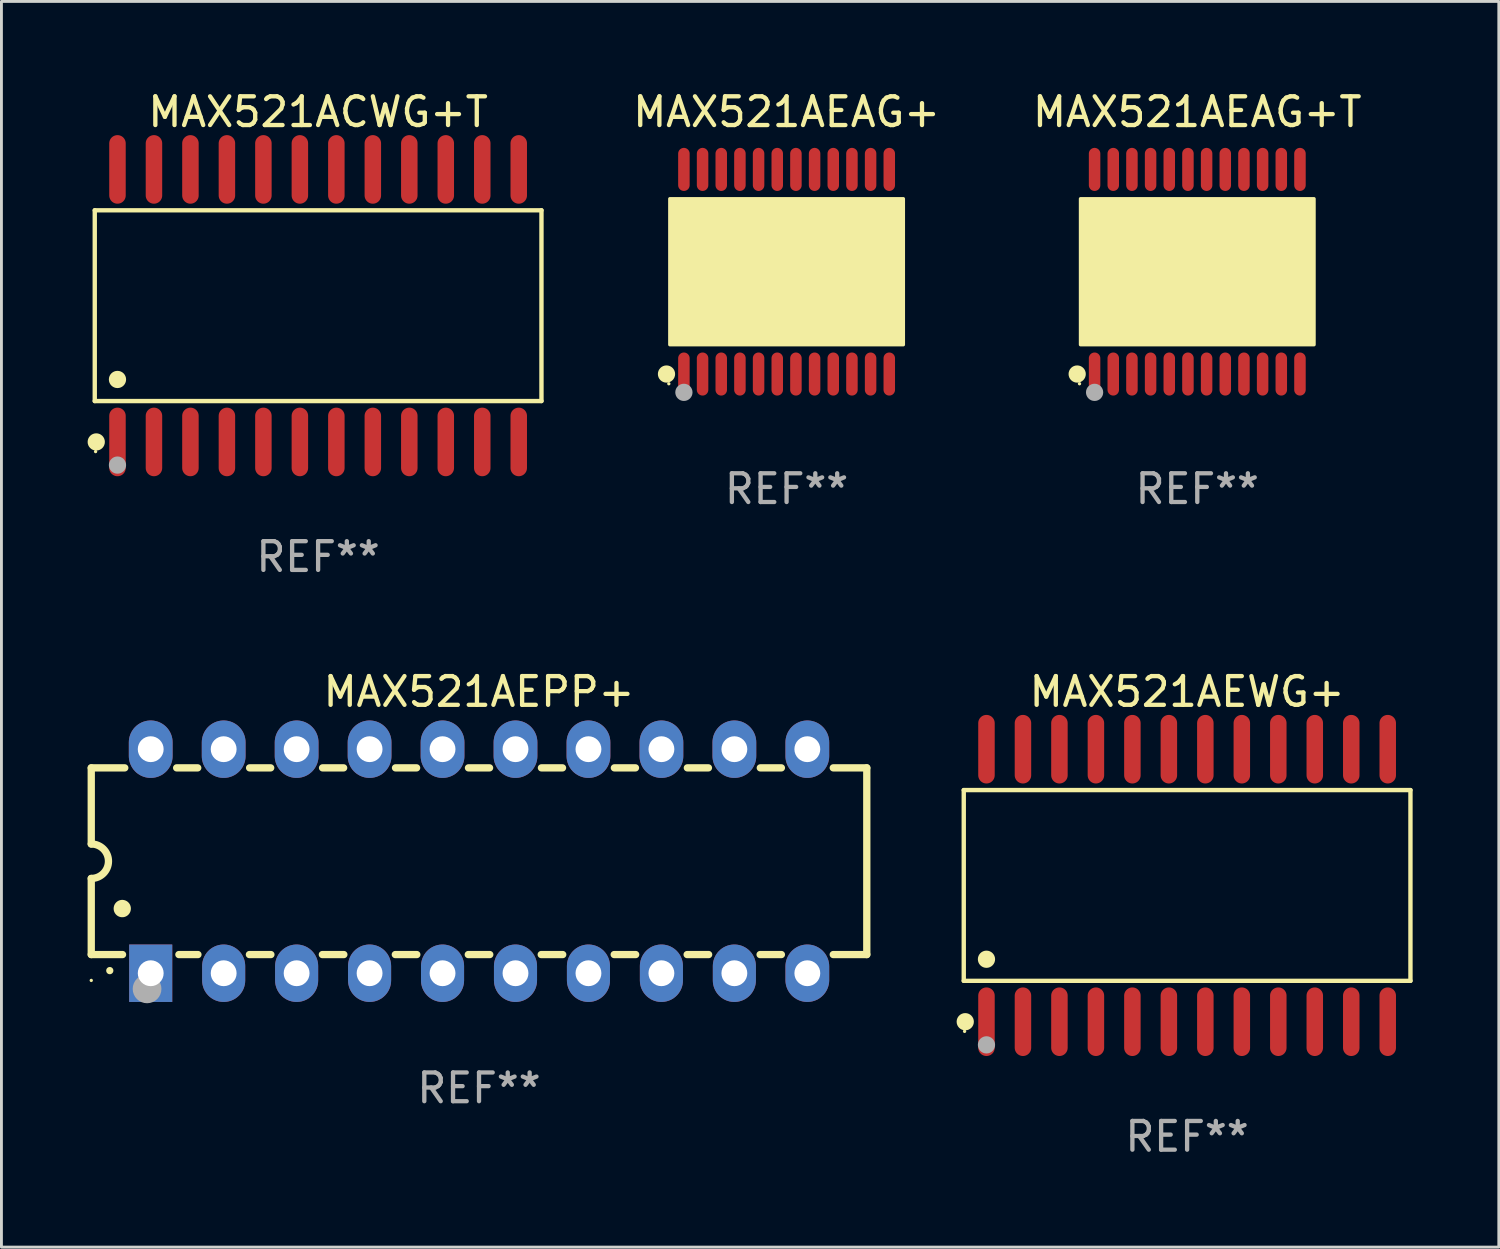
<source format=kicad_pcb>
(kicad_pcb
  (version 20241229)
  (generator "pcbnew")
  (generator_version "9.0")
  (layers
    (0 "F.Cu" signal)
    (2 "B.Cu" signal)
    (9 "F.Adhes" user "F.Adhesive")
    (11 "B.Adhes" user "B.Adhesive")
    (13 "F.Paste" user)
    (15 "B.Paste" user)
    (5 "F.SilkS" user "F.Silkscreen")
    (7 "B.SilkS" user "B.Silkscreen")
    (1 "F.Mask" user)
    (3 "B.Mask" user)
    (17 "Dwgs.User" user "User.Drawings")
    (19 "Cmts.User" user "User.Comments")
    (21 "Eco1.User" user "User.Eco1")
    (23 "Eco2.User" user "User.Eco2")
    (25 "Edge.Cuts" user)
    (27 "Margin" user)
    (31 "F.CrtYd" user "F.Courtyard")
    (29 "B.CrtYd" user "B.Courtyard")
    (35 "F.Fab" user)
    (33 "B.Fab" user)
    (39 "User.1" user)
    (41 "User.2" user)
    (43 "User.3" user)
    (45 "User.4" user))
  (footprint "MAX521AEAG+"
    (layer "F.Cu")
    (at 24.335 6.41)
    (property "Reference" "MAX521AEAG+" (at 0 -5.562 0) (layer "F.SilkS") (effects (font (size 1 1) (thickness 0.15))))
    (attr through_hole)
    (fp_circle (center -4.181 3.562) (end -4.031 3.562) (stroke (width 0.3) (type solid)) (fill no) (layer "F.SilkS"))
    (fp_circle (center -4.1 3.9) (end -4.07 3.9) (stroke (width 0.06) (type solid)) (fill no) (layer "F.SilkS"))
    (fp_circle (center -3.575 1.819) (end -3.425 1.819) (stroke (width 0.3) (type solid)) (fill no) (layer "F.SilkS"))
    (fp_poly (pts (xy -4.064 -2.54) (xy 4.064 -2.54) (xy 4.064 2.54) (xy -4.064 2.54)) (stroke (width 0.12) (type solid)) (fill yes) (layer "F.SilkS"))
    (fp_circle (center -3.575 4.2) (end -3.425 4.2) (stroke (width 0.3) (type solid)) (fill no) (layer "F.Fab"))
    (fp_text user "REF**" (at 0 7.562 0) (layer "F.Fab") (effects (font (size 1 1) (thickness 0.15))))
    (pad "1" smd oval (at -3.575 3.562) (size 0.4 1.5) (layers "F.Cu" "F.Mask" "F.Paste"))
    (pad "2" smd oval (at -2.925 3.562) (size 0.4 1.5) (layers "F.Cu" "F.Mask" "F.Paste"))
    (pad "3" smd oval (at -2.275 3.562) (size 0.4 1.5) (layers "F.Cu" "F.Mask" "F.Paste"))
    (pad "4" smd oval (at -1.625 3.562) (size 0.4 1.5) (layers "F.Cu" "F.Mask" "F.Paste"))
    (pad "5" smd oval (at -0.975 3.562) (size 0.4 1.5) (layers "F.Cu" "F.Mask" "F.Paste"))
    (pad "6" smd oval (at -0.325 3.562) (size 0.4 1.5) (layers "F.Cu" "F.Mask" "F.Paste"))
    (pad "7" smd oval (at 0.325 3.562) (size 0.4 1.5) (layers "F.Cu" "F.Mask" "F.Paste"))
    (pad "8" smd oval (at 0.975 3.562) (size 0.4 1.5) (layers "F.Cu" "F.Mask" "F.Paste"))
    (pad "9" smd oval (at 1.625 3.562) (size 0.4 1.5) (layers "F.Cu" "F.Mask" "F.Paste"))
    (pad "10" smd oval (at 2.275 3.562) (size 0.4 1.5) (layers "F.Cu" "F.Mask" "F.Paste"))
    (pad "11" smd oval (at 2.925 3.562) (size 0.4 1.5) (layers "F.Cu" "F.Mask" "F.Paste"))
    (pad "12" smd oval (at 3.575 3.562) (size 0.4 1.5) (layers "F.Cu" "F.Mask" "F.Paste"))
    (pad "13" smd oval (at 3.575 -3.562) (size 0.4 1.5) (layers "F.Cu" "F.Mask" "F.Paste"))
    (pad "14" smd oval (at 2.925 -3.562) (size 0.4 1.5) (layers "F.Cu" "F.Mask" "F.Paste"))
    (pad "15" smd oval (at 2.275 -3.562) (size 0.4 1.5) (layers "F.Cu" "F.Mask" "F.Paste"))
    (pad "16" smd oval (at 1.625 -3.562) (size 0.4 1.5) (layers "F.Cu" "F.Mask" "F.Paste"))
    (pad "17" smd oval (at 0.975 -3.562) (size 0.4 1.5) (layers "F.Cu" "F.Mask" "F.Paste"))
    (pad "18" smd oval (at 0.325 -3.562) (size 0.4 1.5) (layers "F.Cu" "F.Mask" "F.Paste"))
    (pad "19" smd oval (at -0.325 -3.562) (size 0.4 1.5) (layers "F.Cu" "F.Mask" "F.Paste"))
    (pad "20" smd oval (at -0.975 -3.562) (size 0.4 1.5) (layers "F.Cu" "F.Mask" "F.Paste"))
    (pad "21" smd oval (at -1.625 -3.562) (size 0.4 1.5) (layers "F.Cu" "F.Mask" "F.Paste"))
    (pad "22" smd oval (at -2.275 -3.562) (size 0.4 1.5) (layers "F.Cu" "F.Mask" "F.Paste"))
    (pad "23" smd oval (at -2.925 -3.562) (size 0.4 1.5) (layers "F.Cu" "F.Mask" "F.Paste"))
    (pad "24" smd oval (at -3.575 -3.562) (size 0.4 1.5) (layers "F.Cu" "F.Mask" "F.Paste")))
  (footprint "MAX521AEAG+T"
    (layer "F.Cu")
    (at 38.633 6.41)
    (property "Reference" "MAX521AEAG+T" (at 0 -5.562 0) (layer "F.SilkS") (effects (font (size 1 1) (thickness 0.15))))
    (attr through_hole)
    (fp_circle (center -4.181 3.562) (end -4.031 3.562) (stroke (width 0.3) (type solid)) (fill no) (layer "F.SilkS"))
    (fp_circle (center -4.1 3.9) (end -4.07 3.9) (stroke (width 0.06) (type solid)) (fill no) (layer "F.SilkS"))
    (fp_circle (center -3.575 1.819) (end -3.425 1.819) (stroke (width 0.3) (type solid)) (fill no) (layer "F.SilkS"))
    (fp_poly (pts (xy -4.064 -2.54) (xy 4.064 -2.54) (xy 4.064 2.54) (xy -4.064 2.54)) (stroke (width 0.12) (type solid)) (fill yes) (layer "F.SilkS"))
    (fp_circle (center -3.575 4.2) (end -3.425 4.2) (stroke (width 0.3) (type solid)) (fill no) (layer "F.Fab"))
    (fp_text user "REF**" (at 0 7.562 0) (layer "F.Fab") (effects (font (size 1 1) (thickness 0.15))))
    (pad "1" smd oval (at -3.575 3.562) (size 0.4 1.5) (layers "F.Cu" "F.Mask" "F.Paste"))
    (pad "2" smd oval (at -2.925 3.562) (size 0.4 1.5) (layers "F.Cu" "F.Mask" "F.Paste"))
    (pad "3" smd oval (at -2.275 3.562) (size 0.4 1.5) (layers "F.Cu" "F.Mask" "F.Paste"))
    (pad "4" smd oval (at -1.625 3.562) (size 0.4 1.5) (layers "F.Cu" "F.Mask" "F.Paste"))
    (pad "5" smd oval (at -0.975 3.562) (size 0.4 1.5) (layers "F.Cu" "F.Mask" "F.Paste"))
    (pad "6" smd oval (at -0.325 3.562) (size 0.4 1.5) (layers "F.Cu" "F.Mask" "F.Paste"))
    (pad "7" smd oval (at 0.325 3.562) (size 0.4 1.5) (layers "F.Cu" "F.Mask" "F.Paste"))
    (pad "8" smd oval (at 0.975 3.562) (size 0.4 1.5) (layers "F.Cu" "F.Mask" "F.Paste"))
    (pad "9" smd oval (at 1.625 3.562) (size 0.4 1.5) (layers "F.Cu" "F.Mask" "F.Paste"))
    (pad "10" smd oval (at 2.275 3.562) (size 0.4 1.5) (layers "F.Cu" "F.Mask" "F.Paste"))
    (pad "11" smd oval (at 2.925 3.562) (size 0.4 1.5) (layers "F.Cu" "F.Mask" "F.Paste"))
    (pad "12" smd oval (at 3.575 3.562) (size 0.4 1.5) (layers "F.Cu" "F.Mask" "F.Paste"))
    (pad "13" smd oval (at 3.575 -3.562) (size 0.4 1.5) (layers "F.Cu" "F.Mask" "F.Paste"))
    (pad "14" smd oval (at 2.925 -3.562) (size 0.4 1.5) (layers "F.Cu" "F.Mask" "F.Paste"))
    (pad "15" smd oval (at 2.275 -3.562) (size 0.4 1.5) (layers "F.Cu" "F.Mask" "F.Paste"))
    (pad "16" smd oval (at 1.625 -3.562) (size 0.4 1.5) (layers "F.Cu" "F.Mask" "F.Paste"))
    (pad "17" smd oval (at 0.975 -3.562) (size 0.4 1.5) (layers "F.Cu" "F.Mask" "F.Paste"))
    (pad "18" smd oval (at 0.325 -3.562) (size 0.4 1.5) (layers "F.Cu" "F.Mask" "F.Paste"))
    (pad "19" smd oval (at -0.325 -3.562) (size 0.4 1.5) (layers "F.Cu" "F.Mask" "F.Paste"))
    (pad "20" smd oval (at -0.975 -3.562) (size 0.4 1.5) (layers "F.Cu" "F.Mask" "F.Paste"))
    (pad "21" smd oval (at -1.625 -3.562) (size 0.4 1.5) (layers "F.Cu" "F.Mask" "F.Paste"))
    (pad "22" smd oval (at -2.275 -3.562) (size 0.4 1.5) (layers "F.Cu" "F.Mask" "F.Paste"))
    (pad "23" smd oval (at -2.925 -3.562) (size 0.4 1.5) (layers "F.Cu" "F.Mask" "F.Paste"))
    (pad "24" smd oval (at -3.575 -3.562) (size 0.4 1.5) (layers "F.Cu" "F.Mask" "F.Paste")))
  (footprint "MAX521ACWG+T"
    (layer "F.Cu")
    (at 8.025 7.592)
    (property "Reference" "MAX521ACWG+T" (at 0 -6.744 0) (layer "F.SilkS") (effects (font (size 1 1) (thickness 0.15))))
    (attr through_hole)
    (fp_line (start -7.776 -3.321) (end 7.776 -3.321) (stroke (width 0.152) (type solid)) (layer "F.SilkS"))
    (fp_line (start -7.776 3.321) (end -7.776 -3.321) (stroke (width 0.152) (type solid)) (layer "F.SilkS"))
    (fp_line (start 7.776 -3.321) (end 7.776 3.321) (stroke (width 0.152) (type solid)) (layer "F.SilkS"))
    (fp_line (start 7.776 3.321) (end -7.776 3.321) (stroke (width 0.152) (type solid)) (layer "F.SilkS"))
    (fp_circle (center -7.747 5.08) (end -7.717 5.08) (stroke (width 0.06) (type solid)) (fill no) (layer "F.SilkS"))
    (fp_circle (center -7.724 4.744) (end -7.574 4.744) (stroke (width 0.3) (type solid)) (fill no) (layer "F.SilkS"))
    (fp_circle (center -6.985 2.569) (end -6.835 2.569) (stroke (width 0.3) (type solid)) (fill no) (layer "F.SilkS"))
    (fp_circle (center -6.985 5.55) (end -6.835 5.55) (stroke (width 0.3) (type solid)) (fill no) (layer "F.Fab"))
    (fp_text user "REF**" (at 0 8.744 0) (layer "F.Fab") (effects (font (size 1 1) (thickness 0.15))))
    (pad "1" smd oval (at -6.985 4.744) (size 0.574 2.388) (layers "F.Cu" "F.Mask" "F.Paste"))
    (pad "2" smd oval (at -5.715 4.744) (size 0.574 2.388) (layers "F.Cu" "F.Mask" "F.Paste"))
    (pad "3" smd oval (at -4.445 4.744) (size 0.574 2.388) (layers "F.Cu" "F.Mask" "F.Paste"))
    (pad "4" smd oval (at -3.175 4.744) (size 0.574 2.388) (layers "F.Cu" "F.Mask" "F.Paste"))
    (pad "5" smd oval (at -1.905 4.744) (size 0.574 2.388) (layers "F.Cu" "F.Mask" "F.Paste"))
    (pad "6" smd oval (at -0.635 4.744) (size 0.574 2.388) (layers "F.Cu" "F.Mask" "F.Paste"))
    (pad "7" smd oval (at 0.635 4.744) (size 0.574 2.388) (layers "F.Cu" "F.Mask" "F.Paste"))
    (pad "8" smd oval (at 1.905 4.744) (size 0.574 2.388) (layers "F.Cu" "F.Mask" "F.Paste"))
    (pad "9" smd oval (at 3.175 4.744) (size 0.574 2.388) (layers "F.Cu" "F.Mask" "F.Paste"))
    (pad "10" smd oval (at 4.445 4.744) (size 0.574 2.388) (layers "F.Cu" "F.Mask" "F.Paste"))
    (pad "11" smd oval (at 5.715 4.744) (size 0.574 2.388) (layers "F.Cu" "F.Mask" "F.Paste"))
    (pad "12" smd oval (at 6.985 4.744) (size 0.574 2.388) (layers "F.Cu" "F.Mask" "F.Paste"))
    (pad "13" smd oval (at 6.985 -4.744) (size 0.574 2.388) (layers "F.Cu" "F.Mask" "F.Paste"))
    (pad "14" smd oval (at 5.715 -4.744) (size 0.574 2.388) (layers "F.Cu" "F.Mask" "F.Paste"))
    (pad "15" smd oval (at 4.445 -4.744) (size 0.574 2.388) (layers "F.Cu" "F.Mask" "F.Paste"))
    (pad "16" smd oval (at 3.175 -4.744) (size 0.574 2.388) (layers "F.Cu" "F.Mask" "F.Paste"))
    (pad "17" smd oval (at 1.905 -4.744) (size 0.574 2.388) (layers "F.Cu" "F.Mask" "F.Paste"))
    (pad "18" smd oval (at 0.635 -4.744) (size 0.574 2.388) (layers "F.Cu" "F.Mask" "F.Paste"))
    (pad "19" smd oval (at -0.635 -4.744) (size 0.574 2.388) (layers "F.Cu" "F.Mask" "F.Paste"))
    (pad "20" smd oval (at -1.905 -4.744) (size 0.574 2.388) (layers "F.Cu" "F.Mask" "F.Paste"))
    (pad "21" smd oval (at -3.175 -4.744) (size 0.574 2.388) (layers "F.Cu" "F.Mask" "F.Paste"))
    (pad "22" smd oval (at -4.445 -4.744) (size 0.574 2.388) (layers "F.Cu" "F.Mask" "F.Paste"))
    (pad "23" smd oval (at -5.715 -4.744) (size 0.574 2.388) (layers "F.Cu" "F.Mask" "F.Paste"))
    (pad "24" smd oval (at -6.985 -4.744) (size 0.574 2.388) (layers "F.Cu" "F.Mask" "F.Paste")))
  (footprint "MAX521AEWG+"
    (layer "F.Cu")
    (at 38.279 27.777)
    (property "Reference" "MAX521AEWG+" (at 0 -6.744 0) (layer "F.SilkS") (effects (font (size 1 1) (thickness 0.15))))
    (attr through_hole)
    (fp_line (start -7.776 -3.321) (end 7.776 -3.321) (stroke (width 0.152) (type solid)) (layer "F.SilkS"))
    (fp_line (start -7.776 3.321) (end -7.776 -3.321) (stroke (width 0.152) (type solid)) (layer "F.SilkS"))
    (fp_line (start 7.776 -3.321) (end 7.776 3.321) (stroke (width 0.152) (type solid)) (layer "F.SilkS"))
    (fp_line (start 7.776 3.321) (end -7.776 3.321) (stroke (width 0.152) (type solid)) (layer "F.SilkS"))
    (fp_circle (center -7.747 5.08) (end -7.717 5.08) (stroke (width 0.06) (type solid)) (fill no) (layer "F.SilkS"))
    (fp_circle (center -7.724 4.744) (end -7.574 4.744) (stroke (width 0.3) (type solid)) (fill no) (layer "F.SilkS"))
    (fp_circle (center -6.985 2.569) (end -6.835 2.569) (stroke (width 0.3) (type solid)) (fill no) (layer "F.SilkS"))
    (fp_circle (center -6.985 5.55) (end -6.835 5.55) (stroke (width 0.3) (type solid)) (fill no) (layer "F.Fab"))
    (fp_text user "REF**" (at 0 8.744 0) (layer "F.Fab") (effects (font (size 1 1) (thickness 0.15))))
    (pad "1" smd oval (at -6.985 4.744) (size 0.574 2.388) (layers "F.Cu" "F.Mask" "F.Paste"))
    (pad "2" smd oval (at -5.715 4.744) (size 0.574 2.388) (layers "F.Cu" "F.Mask" "F.Paste"))
    (pad "3" smd oval (at -4.445 4.744) (size 0.574 2.388) (layers "F.Cu" "F.Mask" "F.Paste"))
    (pad "4" smd oval (at -3.175 4.744) (size 0.574 2.388) (layers "F.Cu" "F.Mask" "F.Paste"))
    (pad "5" smd oval (at -1.905 4.744) (size 0.574 2.388) (layers "F.Cu" "F.Mask" "F.Paste"))
    (pad "6" smd oval (at -0.635 4.744) (size 0.574 2.388) (layers "F.Cu" "F.Mask" "F.Paste"))
    (pad "7" smd oval (at 0.635 4.744) (size 0.574 2.388) (layers "F.Cu" "F.Mask" "F.Paste"))
    (pad "8" smd oval (at 1.905 4.744) (size 0.574 2.388) (layers "F.Cu" "F.Mask" "F.Paste"))
    (pad "9" smd oval (at 3.175 4.744) (size 0.574 2.388) (layers "F.Cu" "F.Mask" "F.Paste"))
    (pad "10" smd oval (at 4.445 4.744) (size 0.574 2.388) (layers "F.Cu" "F.Mask" "F.Paste"))
    (pad "11" smd oval (at 5.715 4.744) (size 0.574 2.388) (layers "F.Cu" "F.Mask" "F.Paste"))
    (pad "12" smd oval (at 6.985 4.744) (size 0.574 2.388) (layers "F.Cu" "F.Mask" "F.Paste"))
    (pad "13" smd oval (at 6.985 -4.744) (size 0.574 2.388) (layers "F.Cu" "F.Mask" "F.Paste"))
    (pad "14" smd oval (at 5.715 -4.744) (size 0.574 2.388) (layers "F.Cu" "F.Mask" "F.Paste"))
    (pad "15" smd oval (at 4.445 -4.744) (size 0.574 2.388) (layers "F.Cu" "F.Mask" "F.Paste"))
    (pad "16" smd oval (at 3.175 -4.744) (size 0.574 2.388) (layers "F.Cu" "F.Mask" "F.Paste"))
    (pad "17" smd oval (at 1.905 -4.744) (size 0.574 2.388) (layers "F.Cu" "F.Mask" "F.Paste"))
    (pad "18" smd oval (at 0.635 -4.744) (size 0.574 2.388) (layers "F.Cu" "F.Mask" "F.Paste"))
    (pad "19" smd oval (at -0.635 -4.744) (size 0.574 2.388) (layers "F.Cu" "F.Mask" "F.Paste"))
    (pad "20" smd oval (at -1.905 -4.744) (size 0.574 2.388) (layers "F.Cu" "F.Mask" "F.Paste"))
    (pad "21" smd oval (at -3.175 -4.744) (size 0.574 2.388) (layers "F.Cu" "F.Mask" "F.Paste"))
    (pad "22" smd oval (at -4.445 -4.744) (size 0.574 2.388) (layers "F.Cu" "F.Mask" "F.Paste"))
    (pad "23" smd oval (at -5.715 -4.744) (size 0.574 2.388) (layers "F.Cu" "F.Mask" "F.Paste"))
    (pad "24" smd oval (at -6.985 -4.744) (size 0.574 2.388) (layers "F.Cu" "F.Mask" "F.Paste")))
  (footprint "MAX521AEPP+"
    (layer "F.Cu")
    (at 13.627 26.933)
    (property "Reference" "MAX521AEPP+" (at 0 -5.9 0) (layer "F.SilkS") (effects (font (size 1 1) (thickness 0.15))))
    (attr through_hole)
    (fp_line (start -13.5 -3.25) (end -12.333 -3.25) (stroke (width 0.254) (type solid)) (layer "F.SilkS"))
    (fp_line (start -13.5 -0.6) (end -13.5 -3.25) (stroke (width 0.254) (type solid)) (layer "F.SilkS"))
    (fp_line (start -13.5 3.25) (end -13.5 0.6) (stroke (width 0.254) (type solid)) (layer "F.SilkS"))
    (fp_line (start -13.5 3.25) (end -12.411 3.25) (stroke (width 0.254) (type solid)) (layer "F.SilkS"))
    (fp_line (start -10.527 -3.25) (end -9.793 -3.25) (stroke (width 0.254) (type solid)) (layer "F.SilkS"))
    (fp_line (start -10.449 3.25) (end -9.786 3.25) (stroke (width 0.254) (type solid)) (layer "F.SilkS"))
    (fp_line (start -7.994 3.25) (end -7.246 3.25) (stroke (width 0.254) (type solid)) (layer "F.SilkS"))
    (fp_line (start -7.987 -3.25) (end -7.253 -3.25) (stroke (width 0.254) (type solid)) (layer "F.SilkS"))
    (fp_line (start -5.454 3.25) (end -4.706 3.25) (stroke (width 0.254) (type solid)) (layer "F.SilkS"))
    (fp_line (start -5.447 -3.25) (end -4.713 -3.25) (stroke (width 0.254) (type solid)) (layer "F.SilkS"))
    (fp_line (start -2.914 3.25) (end -2.166 3.25) (stroke (width 0.254) (type solid)) (layer "F.SilkS"))
    (fp_line (start -2.907 -3.25) (end -2.173 -3.25) (stroke (width 0.254) (type solid)) (layer "F.SilkS"))
    (fp_line (start -0.374 3.25) (end 0.374 3.25) (stroke (width 0.254) (type solid)) (layer "F.SilkS"))
    (fp_line (start -0.367 -3.25) (end 0.367 -3.25) (stroke (width 0.254) (type solid)) (layer "F.SilkS"))
    (fp_line (start 2.166 3.25) (end 2.914 3.25) (stroke (width 0.254) (type solid)) (layer "F.SilkS"))
    (fp_line (start 2.173 -3.25) (end 2.907 -3.25) (stroke (width 0.254) (type solid)) (layer "F.SilkS"))
    (fp_line (start 4.706 3.25) (end 5.454 3.25) (stroke (width 0.254) (type solid)) (layer "F.SilkS"))
    (fp_line (start 4.713 -3.25) (end 5.447 -3.25) (stroke (width 0.254) (type solid)) (layer "F.SilkS"))
    (fp_line (start 7.246 3.25) (end 7.994 3.25) (stroke (width 0.254) (type solid)) (layer "F.SilkS"))
    (fp_line (start 7.253 -3.25) (end 7.987 -3.25) (stroke (width 0.254) (type solid)) (layer "F.SilkS"))
    (fp_line (start 9.786 3.25) (end 10.527 3.25) (stroke (width 0.254) (type solid)) (layer "F.SilkS"))
    (fp_line (start 9.793 -3.25) (end 10.527 -3.25) (stroke (width 0.254) (type solid)) (layer "F.SilkS"))
    (fp_line (start 12.333 -3.25) (end 13.5 -3.25) (stroke (width 0.254) (type solid)) (layer "F.SilkS"))
    (fp_line (start 12.333 3.25) (end 13.5 3.25) (stroke (width 0.254) (type solid)) (layer "F.SilkS"))
    (fp_line (start 13.5 -3.25) (end 13.5 3.25) (stroke (width 0.254) (type solid)) (layer "F.SilkS"))
    (fp_arc (start -13.500127 -0.599442) (mid -12.900406 0.000228) (end -13.500025 0.6) (stroke (width 0.254001) (type solid)) (layer "F.SilkS"))
    (fp_arc (start -12.854966 3.810008) (mid -12.854973 3.808738) (end -12.854966 3.807468) (stroke (width 0.25) (type solid)) (layer "F.SilkS"))
    (fp_arc (start -12.420625 1.651003) (mid -12.420636 1.648463) (end -12.420625 1.645923) (stroke (width 0.6) (type solid)) (layer "F.SilkS"))
    (fp_circle (center -13.5 4.15) (end -13.47 4.15) (stroke (width 0.06) (type solid)) (fill no) (layer "F.SilkS"))
    (fp_circle (center -11.557 4.445) (end -11.307 4.445) (stroke (width 0.5) (type solid)) (fill no) (layer "F.Fab"))
    (fp_text user "REF**" (at 0 7.9 0) (layer "F.Fab") (effects (font (size 1 1) (thickness 0.15))))
    (pad "1" thru_hole rect (at -11.43 3.9 90) (size 2 1.5) (drill 0.9) (layers "*.Cu" "*.Mask"))
    (pad "2" thru_hole oval (at -8.89 3.9 90) (size 2 1.5) (drill 0.9) (layers "*.Cu" "*.Mask"))
    (pad "3" thru_hole oval (at -6.35 3.9 90) (size 2 1.5) (drill 0.9) (layers "*.Cu" "*.Mask"))
    (pad "4" thru_hole oval (at -3.81 3.9 90) (size 2 1.5) (drill 0.9) (layers "*.Cu" "*.Mask"))
    (pad "5" thru_hole oval (at -1.27 3.9 90) (size 2 1.5) (drill 0.9) (layers "*.Cu" "*.Mask"))
    (pad "6" thru_hole oval (at 1.27 3.9 90) (size 2 1.5) (drill 0.9) (layers "*.Cu" "*.Mask"))
    (pad "7" thru_hole oval (at 3.81 3.9 90) (size 2 1.5) (drill 0.9) (layers "*.Cu" "*.Mask"))
    (pad "8" thru_hole oval (at 6.35 3.9 90) (size 2 1.5) (drill 0.9) (layers "*.Cu" "*.Mask"))
    (pad "9" thru_hole oval (at 8.89 3.9 90) (size 2 1.5) (drill 0.9) (layers "*.Cu" "*.Mask"))
    (pad "10" thru_hole oval (at 11.43 3.9 90) (size 2 1.524) (drill 0.9) (layers "*.Cu" "*.Mask"))
    (pad "11" thru_hole oval (at 11.43 -3.9 90) (size 2 1.524) (drill 0.9) (layers "*.Cu" "*.Mask"))
    (pad "12" thru_hole oval (at 8.89 -3.9 90) (size 2 1.524) (drill 0.9) (layers "*.Cu" "*.Mask"))
    (pad "13" thru_hole oval (at 6.35 -3.9 90) (size 2 1.524) (drill 0.9) (layers "*.Cu" "*.Mask"))
    (pad "14" thru_hole oval (at 3.81 -3.9 90) (size 2 1.524) (drill 0.9) (layers "*.Cu" "*.Mask"))
    (pad "15" thru_hole oval (at 1.27 -3.9 90) (size 2 1.524) (drill 0.9) (layers "*.Cu" "*.Mask"))
    (pad "16" thru_hole oval (at -1.27 -3.9 90) (size 2 1.524) (drill 0.9) (layers "*.Cu" "*.Mask"))
    (pad "17" thru_hole oval (at -3.81 -3.9 90) (size 2 1.524) (drill 0.9) (layers "*.Cu" "*.Mask"))
    (pad "18" thru_hole oval (at -6.35 -3.9 90) (size 2 1.524) (drill 0.9) (layers "*.Cu" "*.Mask"))
    (pad "19" thru_hole oval (at -8.89 -3.9 90) (size 2 1.524) (drill 0.9) (layers "*.Cu" "*.Mask"))
    (pad "20" thru_hole oval (at -11.43 -3.9 90) (size 2 1.524) (drill 0.9) (layers "*.Cu" "*.Mask")))
  (gr_rect
    (start -3 -3)
    (end 49.131 40.369)
    (stroke (width 0.1) (type default))
    (fill no)
    (layer "Edge.Cuts")))
</source>
